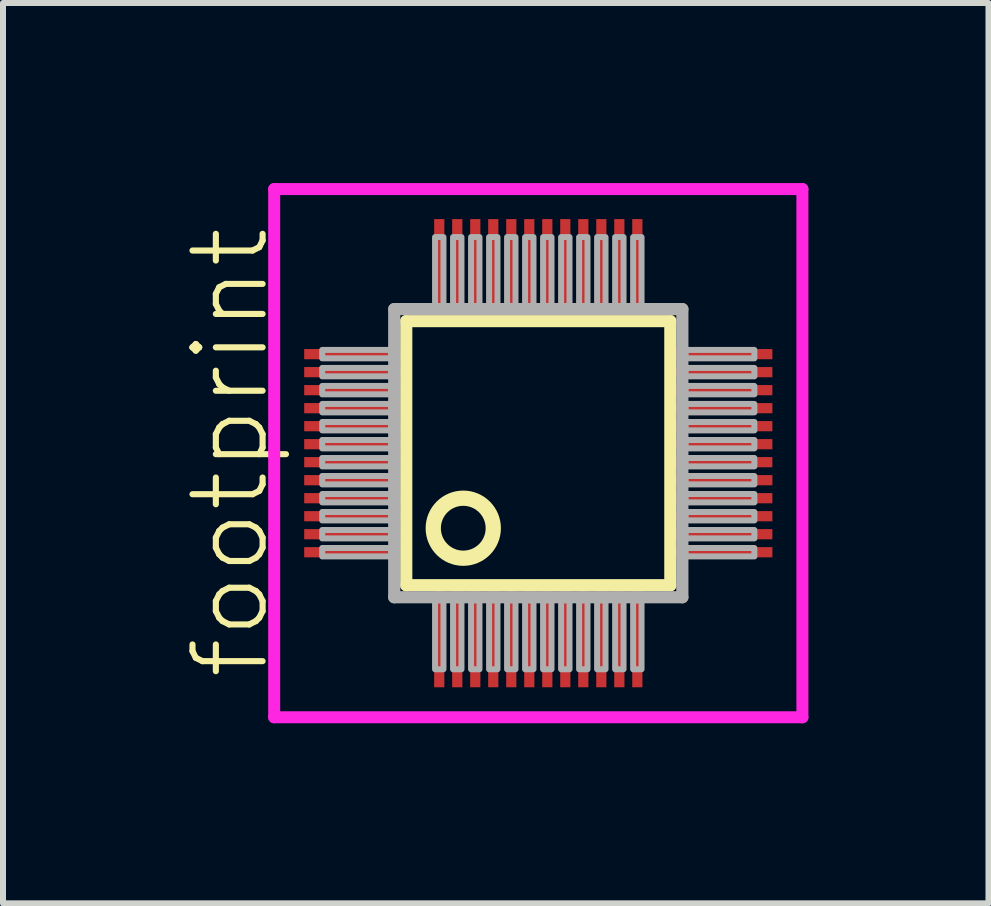
<source format=kicad_pcb>
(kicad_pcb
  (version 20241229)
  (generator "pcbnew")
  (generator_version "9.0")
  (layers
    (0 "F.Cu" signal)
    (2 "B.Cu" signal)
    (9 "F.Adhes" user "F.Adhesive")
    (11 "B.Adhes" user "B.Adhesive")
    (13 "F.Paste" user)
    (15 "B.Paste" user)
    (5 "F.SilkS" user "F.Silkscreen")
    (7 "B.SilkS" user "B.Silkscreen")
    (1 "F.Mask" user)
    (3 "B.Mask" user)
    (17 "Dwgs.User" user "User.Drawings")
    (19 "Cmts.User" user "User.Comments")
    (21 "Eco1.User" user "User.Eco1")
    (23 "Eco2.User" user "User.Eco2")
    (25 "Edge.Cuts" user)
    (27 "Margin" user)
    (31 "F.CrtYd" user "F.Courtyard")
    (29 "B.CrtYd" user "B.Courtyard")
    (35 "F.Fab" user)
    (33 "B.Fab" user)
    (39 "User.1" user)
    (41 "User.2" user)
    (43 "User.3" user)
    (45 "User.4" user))
  (footprint "footprint"
    (layer "F.Cu")
    (at 5.918 4.5)
    (property "Reference" "footprint" (at -4.445 3.81 90) (layer "F.SilkS") (effects (font (size 1.168 1.168) (thickness 0.102)) (justify left bottom)))
    (fp_line (start -2.2 -2.2) (end 2.2 -2.2) (stroke (width 0.203) (type solid)) (layer "F.SilkS"))
    (fp_line (start -2.2 2.2) (end -2.2 -2.2) (stroke (width 0.203) (type solid)) (layer "F.SilkS"))
    (fp_line (start 2.2 -2.2) (end 2.2 2.2) (stroke (width 0.203) (type solid)) (layer "F.SilkS"))
    (fp_line (start 2.2 2.2) (end -2.2 2.2) (stroke (width 0.203) (type solid)) (layer "F.SilkS"))
    (fp_circle (center -1.25 1.25) (end -0.75 1.25) (stroke (width 0.254) (type solid)) (fill no) (layer "F.SilkS"))
    (fp_line (start -4.4 -4.4) (end 4.4 -4.4) (stroke (width 0.2) (type solid)) (layer "F.CrtYd"))
    (fp_line (start -4.4 4.4) (end -4.4 -4.4) (stroke (width 0.2) (type solid)) (layer "F.CrtYd"))
    (fp_line (start 4.4 -4.4) (end 4.4 4.4) (stroke (width 0.2) (type solid)) (layer "F.CrtYd"))
    (fp_line (start 4.4 4.4) (end -4.4 4.4) (stroke (width 0.2) (type solid)) (layer "F.CrtYd"))
    (fp_line (start -2.4 -2.4) (end -2.4 2.4) (stroke (width 0.203) (type solid)) (layer "F.Fab"))
    (fp_line (start -2.4 2.4) (end 2.4 2.4) (stroke (width 0.203) (type solid)) (layer "F.Fab"))
    (fp_line (start 2.4 -2.4) (end -2.4 -2.4) (stroke (width 0.203) (type solid)) (layer "F.Fab"))
    (fp_line (start 2.4 2.4) (end 2.4 -2.4) (stroke (width 0.203) (type solid)) (layer "F.Fab"))
    (fp_poly (pts (xy -3.6 -1.58) (xy -2.45 -1.58) (xy -2.45 -1.72) (xy -3.6 -1.72)) (stroke (width 0.1) (type solid)) (fill no) (layer "F.Fab"))
    (fp_poly (pts (xy -3.6 -1.28) (xy -2.45 -1.28) (xy -2.45 -1.42) (xy -3.6 -1.42)) (stroke (width 0.1) (type solid)) (fill no) (layer "F.Fab"))
    (fp_poly (pts (xy -3.6 -0.98) (xy -2.45 -0.98) (xy -2.45 -1.12) (xy -3.6 -1.12)) (stroke (width 0.1) (type solid)) (fill no) (layer "F.Fab"))
    (fp_poly (pts (xy -3.6 -0.68) (xy -2.45 -0.68) (xy -2.45 -0.82) (xy -3.6 -0.82)) (stroke (width 0.1) (type solid)) (fill no) (layer "F.Fab"))
    (fp_poly (pts (xy -3.6 -0.38) (xy -2.45 -0.38) (xy -2.45 -0.52) (xy -3.6 -0.52)) (stroke (width 0.1) (type solid)) (fill no) (layer "F.Fab"))
    (fp_poly (pts (xy -3.6 -0.08) (xy -2.45 -0.08) (xy -2.45 -0.22) (xy -3.6 -0.22)) (stroke (width 0.1) (type solid)) (fill no) (layer "F.Fab"))
    (fp_poly (pts (xy -3.6 0.22) (xy -2.45 0.22) (xy -2.45 0.08) (xy -3.6 0.08)) (stroke (width 0.1) (type solid)) (fill no) (layer "F.Fab"))
    (fp_poly (pts (xy -3.6 0.52) (xy -2.45 0.52) (xy -2.45 0.38) (xy -3.6 0.38)) (stroke (width 0.1) (type solid)) (fill no) (layer "F.Fab"))
    (fp_poly (pts (xy -3.6 0.82) (xy -2.45 0.82) (xy -2.45 0.68) (xy -3.6 0.68)) (stroke (width 0.1) (type solid)) (fill no) (layer "F.Fab"))
    (fp_poly (pts (xy -3.6 1.12) (xy -2.45 1.12) (xy -2.45 0.98) (xy -3.6 0.98)) (stroke (width 0.1) (type solid)) (fill no) (layer "F.Fab"))
    (fp_poly (pts (xy -3.6 1.42) (xy -2.45 1.42) (xy -2.45 1.28) (xy -3.6 1.28)) (stroke (width 0.1) (type solid)) (fill no) (layer "F.Fab"))
    (fp_poly (pts (xy -3.6 1.72) (xy -2.45 1.72) (xy -2.45 1.58) (xy -3.6 1.58)) (stroke (width 0.1) (type solid)) (fill no) (layer "F.Fab"))
    (fp_poly (pts (xy -1.72 -2.45) (xy -1.58 -2.45) (xy -1.58 -3.6) (xy -1.72 -3.6)) (stroke (width 0.1) (type solid)) (fill no) (layer "F.Fab"))
    (fp_poly (pts (xy -1.72 3.6) (xy -1.58 3.6) (xy -1.58 2.45) (xy -1.72 2.45)) (stroke (width 0.1) (type solid)) (fill no) (layer "F.Fab"))
    (fp_poly (pts (xy -1.42 -2.45) (xy -1.28 -2.45) (xy -1.28 -3.6) (xy -1.42 -3.6)) (stroke (width 0.1) (type solid)) (fill no) (layer "F.Fab"))
    (fp_poly (pts (xy -1.42 3.6) (xy -1.28 3.6) (xy -1.28 2.45) (xy -1.42 2.45)) (stroke (width 0.1) (type solid)) (fill no) (layer "F.Fab"))
    (fp_poly (pts (xy -1.12 -2.45) (xy -0.98 -2.45) (xy -0.98 -3.6) (xy -1.12 -3.6)) (stroke (width 0.1) (type solid)) (fill no) (layer "F.Fab"))
    (fp_poly (pts (xy -1.12 3.6) (xy -0.98 3.6) (xy -0.98 2.45) (xy -1.12 2.45)) (stroke (width 0.1) (type solid)) (fill no) (layer "F.Fab"))
    (fp_poly (pts (xy -0.82 -2.45) (xy -0.68 -2.45) (xy -0.68 -3.6) (xy -0.82 -3.6)) (stroke (width 0.1) (type solid)) (fill no) (layer "F.Fab"))
    (fp_poly (pts (xy -0.82 3.6) (xy -0.68 3.6) (xy -0.68 2.45) (xy -0.82 2.45)) (stroke (width 0.1) (type solid)) (fill no) (layer "F.Fab"))
    (fp_poly (pts (xy -0.52 -2.45) (xy -0.38 -2.45) (xy -0.38 -3.6) (xy -0.52 -3.6)) (stroke (width 0.1) (type solid)) (fill no) (layer "F.Fab"))
    (fp_poly (pts (xy -0.52 3.6) (xy -0.38 3.6) (xy -0.38 2.45) (xy -0.52 2.45)) (stroke (width 0.1) (type solid)) (fill no) (layer "F.Fab"))
    (fp_poly (pts (xy -0.22 -2.45) (xy -0.08 -2.45) (xy -0.08 -3.6) (xy -0.22 -3.6)) (stroke (width 0.1) (type solid)) (fill no) (layer "F.Fab"))
    (fp_poly (pts (xy -0.22 3.6) (xy -0.08 3.6) (xy -0.08 2.45) (xy -0.22 2.45)) (stroke (width 0.1) (type solid)) (fill no) (layer "F.Fab"))
    (fp_poly (pts (xy 0.08 -2.45) (xy 0.22 -2.45) (xy 0.22 -3.6) (xy 0.08 -3.6)) (stroke (width 0.1) (type solid)) (fill no) (layer "F.Fab"))
    (fp_poly (pts (xy 0.08 3.6) (xy 0.22 3.6) (xy 0.22 2.45) (xy 0.08 2.45)) (stroke (width 0.1) (type solid)) (fill no) (layer "F.Fab"))
    (fp_poly (pts (xy 0.38 -2.45) (xy 0.52 -2.45) (xy 0.52 -3.6) (xy 0.38 -3.6)) (stroke (width 0.1) (type solid)) (fill no) (layer "F.Fab"))
    (fp_poly (pts (xy 0.38 3.6) (xy 0.52 3.6) (xy 0.52 2.45) (xy 0.38 2.45)) (stroke (width 0.1) (type solid)) (fill no) (layer "F.Fab"))
    (fp_poly (pts (xy 0.68 -2.45) (xy 0.82 -2.45) (xy 0.82 -3.6) (xy 0.68 -3.6)) (stroke (width 0.1) (type solid)) (fill no) (layer "F.Fab"))
    (fp_poly (pts (xy 0.68 3.6) (xy 0.82 3.6) (xy 0.82 2.45) (xy 0.68 2.45)) (stroke (width 0.1) (type solid)) (fill no) (layer "F.Fab"))
    (fp_poly (pts (xy 0.98 -2.45) (xy 1.12 -2.45) (xy 1.12 -3.6) (xy 0.98 -3.6)) (stroke (width 0.1) (type solid)) (fill no) (layer "F.Fab"))
    (fp_poly (pts (xy 0.98 3.6) (xy 1.12 3.6) (xy 1.12 2.45) (xy 0.98 2.45)) (stroke (width 0.1) (type solid)) (fill no) (layer "F.Fab"))
    (fp_poly (pts (xy 1.28 -2.45) (xy 1.42 -2.45) (xy 1.42 -3.6) (xy 1.28 -3.6)) (stroke (width 0.1) (type solid)) (fill no) (layer "F.Fab"))
    (fp_poly (pts (xy 1.28 3.6) (xy 1.42 3.6) (xy 1.42 2.45) (xy 1.28 2.45)) (stroke (width 0.1) (type solid)) (fill no) (layer "F.Fab"))
    (fp_poly (pts (xy 1.58 -2.45) (xy 1.72 -2.45) (xy 1.72 -3.6) (xy 1.58 -3.6)) (stroke (width 0.1) (type solid)) (fill no) (layer "F.Fab"))
    (fp_poly (pts (xy 1.58 3.6) (xy 1.72 3.6) (xy 1.72 2.45) (xy 1.58 2.45)) (stroke (width 0.1) (type solid)) (fill no) (layer "F.Fab"))
    (fp_poly (pts (xy 2.45 -1.58) (xy 3.6 -1.58) (xy 3.6 -1.72) (xy 2.45 -1.72)) (stroke (width 0.1) (type solid)) (fill no) (layer "F.Fab"))
    (fp_poly (pts (xy 2.45 -1.28) (xy 3.6 -1.28) (xy 3.6 -1.42) (xy 2.45 -1.42)) (stroke (width 0.1) (type solid)) (fill no) (layer "F.Fab"))
    (fp_poly (pts (xy 2.45 -0.98) (xy 3.6 -0.98) (xy 3.6 -1.12) (xy 2.45 -1.12)) (stroke (width 0.1) (type solid)) (fill no) (layer "F.Fab"))
    (fp_poly (pts (xy 2.45 -0.68) (xy 3.6 -0.68) (xy 3.6 -0.82) (xy 2.45 -0.82)) (stroke (width 0.1) (type solid)) (fill no) (layer "F.Fab"))
    (fp_poly (pts (xy 2.45 -0.38) (xy 3.6 -0.38) (xy 3.6 -0.52) (xy 2.45 -0.52)) (stroke (width 0.1) (type solid)) (fill no) (layer "F.Fab"))
    (fp_poly (pts (xy 2.45 -0.08) (xy 3.6 -0.08) (xy 3.6 -0.22) (xy 2.45 -0.22)) (stroke (width 0.1) (type solid)) (fill no) (layer "F.Fab"))
    (fp_poly (pts (xy 2.45 0.22) (xy 3.6 0.22) (xy 3.6 0.08) (xy 2.45 0.08)) (stroke (width 0.1) (type solid)) (fill no) (layer "F.Fab"))
    (fp_poly (pts (xy 2.45 0.52) (xy 3.6 0.52) (xy 3.6 0.38) (xy 2.45 0.38)) (stroke (width 0.1) (type solid)) (fill no) (layer "F.Fab"))
    (fp_poly (pts (xy 2.45 0.82) (xy 3.6 0.82) (xy 3.6 0.68) (xy 2.45 0.68)) (stroke (width 0.1) (type solid)) (fill no) (layer "F.Fab"))
    (fp_poly (pts (xy 2.45 1.12) (xy 3.6 1.12) (xy 3.6 0.98) (xy 2.45 0.98)) (stroke (width 0.1) (type solid)) (fill no) (layer "F.Fab"))
    (fp_poly (pts (xy 2.45 1.42) (xy 3.6 1.42) (xy 3.6 1.28) (xy 2.45 1.28)) (stroke (width 0.1) (type solid)) (fill no) (layer "F.Fab"))
    (fp_poly (pts (xy 2.45 1.72) (xy 3.6 1.72) (xy 3.6 1.58) (xy 2.45 1.58)) (stroke (width 0.1) (type solid)) (fill no) (layer "F.Fab"))
    (pad "1" smd rect (at -1.65 3.1) (size 0.17 1.6) (layers "F.Cu" "F.Mask" "F.Paste"))
    (pad "2" smd rect (at -1.35 3.1) (size 0.17 1.6) (layers "F.Cu" "F.Mask" "F.Paste"))
    (pad "3" smd rect (at -1.05 3.1) (size 0.17 1.6) (layers "F.Cu" "F.Mask" "F.Paste"))
    (pad "4" smd rect (at -0.75 3.1) (size 0.17 1.6) (layers "F.Cu" "F.Mask" "F.Paste"))
    (pad "5" smd rect (at -0.45 3.1) (size 0.17 1.6) (layers "F.Cu" "F.Mask" "F.Paste"))
    (pad "6" smd rect (at -0.15 3.1) (size 0.17 1.6) (layers "F.Cu" "F.Mask" "F.Paste"))
    (pad "7" smd rect (at 0.15 3.1) (size 0.17 1.6) (layers "F.Cu" "F.Mask" "F.Paste"))
    (pad "8" smd rect (at 0.45 3.1) (size 0.17 1.6) (layers "F.Cu" "F.Mask" "F.Paste"))
    (pad "9" smd rect (at 0.75 3.1) (size 0.17 1.6) (layers "F.Cu" "F.Mask" "F.Paste"))
    (pad "10" smd rect (at 1.05 3.1) (size 0.17 1.6) (layers "F.Cu" "F.Mask" "F.Paste"))
    (pad "11" smd rect (at 1.35 3.1) (size 0.17 1.6) (layers "F.Cu" "F.Mask" "F.Paste"))
    (pad "12" smd rect (at 1.65 3.1) (size 0.17 1.6) (layers "F.Cu" "F.Mask" "F.Paste"))
    (pad "13" smd rect (at 3.1 1.65) (size 1.6 0.17) (layers "F.Cu" "F.Mask" "F.Paste"))
    (pad "14" smd rect (at 3.1 1.35) (size 1.6 0.17) (layers "F.Cu" "F.Mask" "F.Paste"))
    (pad "15" smd rect (at 3.1 1.05) (size 1.6 0.17) (layers "F.Cu" "F.Mask" "F.Paste"))
    (pad "16" smd rect (at 3.1 0.75) (size 1.6 0.17) (layers "F.Cu" "F.Mask" "F.Paste"))
    (pad "17" smd rect (at 3.1 0.45) (size 1.6 0.17) (layers "F.Cu" "F.Mask" "F.Paste"))
    (pad "18" smd rect (at 3.1 0.15) (size 1.6 0.17) (layers "F.Cu" "F.Mask" "F.Paste"))
    (pad "19" smd rect (at 3.1 -0.15) (size 1.6 0.17) (layers "F.Cu" "F.Mask" "F.Paste"))
    (pad "20" smd rect (at 3.1 -0.45) (size 1.6 0.17) (layers "F.Cu" "F.Mask" "F.Paste"))
    (pad "21" smd rect (at 3.1 -0.75) (size 1.6 0.17) (layers "F.Cu" "F.Mask" "F.Paste"))
    (pad "22" smd rect (at 3.1 -1.05) (size 1.6 0.17) (layers "F.Cu" "F.Mask" "F.Paste"))
    (pad "23" smd rect (at 3.1 -1.35) (size 1.6 0.17) (layers "F.Cu" "F.Mask" "F.Paste"))
    (pad "24" smd rect (at 3.1 -1.65) (size 1.6 0.17) (layers "F.Cu" "F.Mask" "F.Paste"))
    (pad "25" smd rect (at 1.65 -3.1) (size 0.17 1.6) (layers "F.Cu" "F.Mask" "F.Paste"))
    (pad "26" smd rect (at 1.35 -3.1) (size 0.17 1.6) (layers "F.Cu" "F.Mask" "F.Paste"))
    (pad "27" smd rect (at 1.05 -3.1) (size 0.17 1.6) (layers "F.Cu" "F.Mask" "F.Paste"))
    (pad "28" smd rect (at 0.75 -3.1) (size 0.17 1.6) (layers "F.Cu" "F.Mask" "F.Paste"))
    (pad "29" smd rect (at 0.45 -3.1) (size 0.17 1.6) (layers "F.Cu" "F.Mask" "F.Paste"))
    (pad "30" smd rect (at 0.15 -3.1) (size 0.17 1.6) (layers "F.Cu" "F.Mask" "F.Paste"))
    (pad "31" smd rect (at -0.15 -3.1) (size 0.17 1.6) (layers "F.Cu" "F.Mask" "F.Paste"))
    (pad "32" smd rect (at -0.45 -3.1) (size 0.17 1.6) (layers "F.Cu" "F.Mask" "F.Paste"))
    (pad "33" smd rect (at -0.75 -3.1) (size 0.17 1.6) (layers "F.Cu" "F.Mask" "F.Paste"))
    (pad "34" smd rect (at -1.05 -3.1) (size 0.17 1.6) (layers "F.Cu" "F.Mask" "F.Paste"))
    (pad "35" smd rect (at -1.35 -3.1) (size 0.17 1.6) (layers "F.Cu" "F.Mask" "F.Paste"))
    (pad "36" smd rect (at -1.65 -3.1) (size 0.17 1.6) (layers "F.Cu" "F.Mask" "F.Paste"))
    (pad "37" smd rect (at -3.1 -1.65) (size 1.6 0.17) (layers "F.Cu" "F.Mask" "F.Paste"))
    (pad "38" smd rect (at -3.1 -1.35) (size 1.6 0.17) (layers "F.Cu" "F.Mask" "F.Paste"))
    (pad "39" smd rect (at -3.1 -1.05) (size 1.6 0.17) (layers "F.Cu" "F.Mask" "F.Paste"))
    (pad "40" smd rect (at -3.1 -0.75) (size 1.6 0.17) (layers "F.Cu" "F.Mask" "F.Paste"))
    (pad "41" smd rect (at -3.1 -0.45) (size 1.6 0.17) (layers "F.Cu" "F.Mask" "F.Paste"))
    (pad "42" smd rect (at -3.1 -0.15) (size 1.6 0.17) (layers "F.Cu" "F.Mask" "F.Paste"))
    (pad "43" smd rect (at -3.1 0.15) (size 1.6 0.17) (layers "F.Cu" "F.Mask" "F.Paste"))
    (pad "44" smd rect (at -3.1 0.45) (size 1.6 0.17) (layers "F.Cu" "F.Mask" "F.Paste"))
    (pad "45" smd rect (at -3.1 0.75) (size 1.6 0.17) (layers "F.Cu" "F.Mask" "F.Paste"))
    (pad "46" smd rect (at -3.1 1.05) (size 1.6 0.17) (layers "F.Cu" "F.Mask" "F.Paste"))
    (pad "47" smd rect (at -3.1 1.35) (size 1.6 0.17) (layers "F.Cu" "F.Mask" "F.Paste"))
    (pad "48" smd rect (at -3.1 1.65) (size 1.6 0.17) (layers "F.Cu" "F.Mask" "F.Paste")))
  (gr_rect
    (start -3 -3)
    (end 13.418 12)
    (stroke (width 0.1) (type default))
    (fill no)
    (layer "Edge.Cuts")))
</source>
